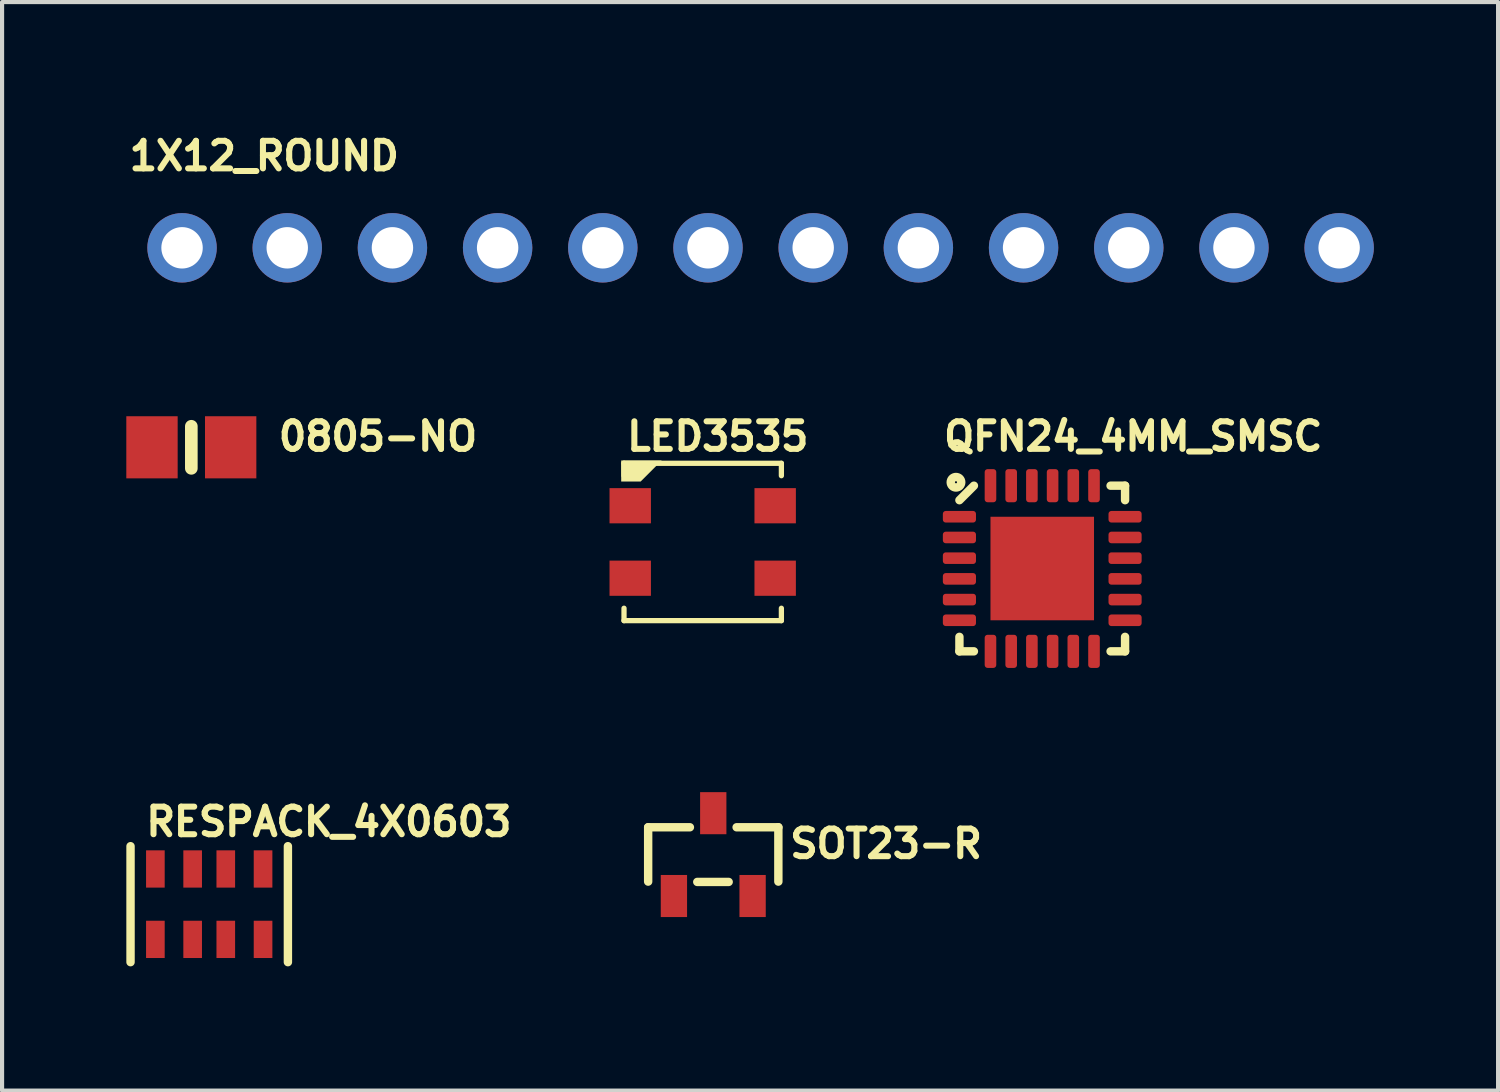
<source format=kicad_pcb>
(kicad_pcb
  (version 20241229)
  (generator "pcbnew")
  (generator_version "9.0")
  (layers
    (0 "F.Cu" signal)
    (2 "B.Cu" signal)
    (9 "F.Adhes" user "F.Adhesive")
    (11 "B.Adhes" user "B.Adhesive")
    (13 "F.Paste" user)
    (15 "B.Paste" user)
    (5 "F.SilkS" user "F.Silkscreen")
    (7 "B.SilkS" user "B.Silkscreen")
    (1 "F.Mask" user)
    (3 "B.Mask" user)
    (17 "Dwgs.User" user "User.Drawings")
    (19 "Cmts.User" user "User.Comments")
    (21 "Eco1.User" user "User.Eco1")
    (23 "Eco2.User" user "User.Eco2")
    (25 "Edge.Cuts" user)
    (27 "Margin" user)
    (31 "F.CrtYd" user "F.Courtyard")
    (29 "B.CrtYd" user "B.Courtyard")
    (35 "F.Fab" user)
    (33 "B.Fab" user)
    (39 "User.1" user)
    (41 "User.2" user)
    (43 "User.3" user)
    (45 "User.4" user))
  (footprint "RESPACK_4X0603"
    (layer "F.Cu")
    (at 2.002 18.783)
    (property "Reference" "RESPACK_4X0603" (at -1.6 -1.6 0) (layer "F.SilkS") (effects (font (size 0.666 0.666) (thickness 0.146)) (justify left bottom)))
    (fp_line (start -1.9 1.4) (end -1.9 -1.4) (stroke (width 0.203) (type solid)) (layer "F.SilkS"))
    (fp_line (start 1.9 -1.4) (end 1.9 1.4) (stroke (width 0.203) (type solid)) (layer "F.SilkS"))
    (pad "1" smd rect (at -1.3 0.85) (size 0.45 0.9) (layers "F.Cu" "F.Mask" "F.Paste"))
    (pad "2" smd rect (at -0.4 0.85) (size 0.45 0.9) (layers "F.Cu" "F.Mask" "F.Paste"))
    (pad "3" smd rect (at 0.4 0.85) (size 0.45 0.9) (layers "F.Cu" "F.Mask" "F.Paste"))
    (pad "4" smd rect (at 1.3 0.85) (size 0.45 0.9) (layers "F.Cu" "F.Mask" "F.Paste"))
    (pad "5" smd rect (at 1.3 -0.85) (size 0.45 0.9) (layers "F.Cu" "F.Mask" "F.Paste"))
    (pad "6" smd rect (at 0.4 -0.85) (size 0.45 0.9) (layers "F.Cu" "F.Mask" "F.Paste"))
    (pad "7" smd rect (at -0.4 -0.85) (size 0.45 0.9) (layers "F.Cu" "F.Mask" "F.Paste"))
    (pad "8" smd rect (at -1.3 -0.85) (size 0.45 0.9) (layers "F.Cu" "F.Mask" "F.Paste")))
  (footprint "1X12_ROUND"
    (layer "F.Cu")
    (at 15.316 2.934)
    (property "Reference" "1X12_ROUND" (at -15.316 -1.829 0) (layer "F.SilkS") (effects (font (size 0.666 0.666) (thickness 0.146)) (justify left bottom)))
    (pad "1" thru_hole circle (at -13.97 0 90) (size 1.676 1.676) (drill 1) (layers "*.Cu" "*.Mask"))
    (pad "2" thru_hole circle (at -11.43 0 90) (size 1.676 1.676) (drill 1) (layers "*.Cu" "*.Mask"))
    (pad "3" thru_hole circle (at -8.89 0 90) (size 1.676 1.676) (drill 1) (layers "*.Cu" "*.Mask"))
    (pad "4" thru_hole circle (at -6.35 0 90) (size 1.676 1.676) (drill 1) (layers "*.Cu" "*.Mask"))
    (pad "5" thru_hole circle (at -3.81 0 90) (size 1.676 1.676) (drill 1) (layers "*.Cu" "*.Mask"))
    (pad "6" thru_hole circle (at -1.27 0 90) (size 1.676 1.676) (drill 1) (layers "*.Cu" "*.Mask"))
    (pad "7" thru_hole circle (at 1.27 0 90) (size 1.676 1.676) (drill 1) (layers "*.Cu" "*.Mask"))
    (pad "8" thru_hole circle (at 3.81 0 90) (size 1.676 1.676) (drill 1) (layers "*.Cu" "*.Mask"))
    (pad "9" thru_hole circle (at 6.35 0 90) (size 1.676 1.676) (drill 1) (layers "*.Cu" "*.Mask"))
    (pad "10" thru_hole circle (at 8.89 0 90) (size 1.676 1.676) (drill 1) (layers "*.Cu" "*.Mask"))
    (pad "11" thru_hole circle (at 11.43 0 90) (size 1.676 1.676) (drill 1) (layers "*.Cu" "*.Mask"))
    (pad "12" thru_hole circle (at 13.97 0 90) (size 1.676 1.676) (drill 1) (layers "*.Cu" "*.Mask")))
  (footprint "SOT23-R"
    (layer "F.Cu")
    (at 14.173 17.586)
    (property "Reference" "SOT23-R" (at 1.778 0.127 0) (layer "F.SilkS") (effects (font (size 0.666 0.666) (thickness 0.146)) (justify left bottom)))
    (fp_line (start -1.572 -0.66) (end -0.564 -0.66) (stroke (width 0.203) (type solid)) (layer "F.SilkS"))
    (fp_line (start -1.572 0.652) (end -1.572 -0.66) (stroke (width 0.203) (type solid)) (layer "F.SilkS"))
    (fp_line (start 0.372 0.66) (end -0.386 0.66) (stroke (width 0.203) (type solid)) (layer "F.SilkS"))
    (fp_line (start 0.564 -0.66) (end 1.572 -0.66) (stroke (width 0.203) (type solid)) (layer "F.SilkS"))
    (fp_line (start 1.572 -0.66) (end 1.572 0.652) (stroke (width 0.203) (type solid)) (layer "F.SilkS"))
    (pad "1" smd rect (at -0.95 1) (size 0.635 1.016) (layers "F.Cu" "F.Mask" "F.Paste"))
    (pad "2" smd rect (at 0.95 1) (size 0.635 1.016) (layers "F.Cu" "F.Mask" "F.Paste"))
    (pad "3" smd rect (at 0 -1) (size 0.635 1.016) (layers "F.Cu" "F.Mask" "F.Paste")))
  (footprint "0805-NO"
    (layer "F.Cu")
    (at 1.57 7.751)
    (property "Reference" "0805-NO" (at 2.032 0.127 0) (layer "F.SilkS") (effects (font (size 0.666 0.666) (thickness 0.146)) (justify left bottom)))
    (fp_line (start 0 -0.508) (end 0 0.508) (stroke (width 0.305) (type solid)) (layer "F.SilkS"))
    (pad "1" smd rect (at -0.95 0) (size 1.24 1.5) (layers "F.Cu" "F.Mask" "F.Paste"))
    (pad "2" smd rect (at 0.95 0) (size 1.24 1.5) (layers "F.Cu" "F.Mask" "F.Paste")))
  (footprint "LED3535"
    (layer "F.Cu")
    (at 13.918 10.037)
    (property "Reference" "LED3535" (at -1.905 -2.159 0) (layer "F.SilkS") (effects (font (size 0.666 0.666) (thickness 0.146)) (justify left bottom)))
    (fp_line (start -1.9 -1.9) (end 1.9 -1.9) (stroke (width 0.127) (type solid)) (layer "F.SilkS"))
    (fp_line (start -1.9 -1.6) (end -1.9 -1.9) (stroke (width 0.127) (type solid)) (layer "F.SilkS"))
    (fp_line (start -1.9 1.6) (end -1.9 1.9) (stroke (width 0.127) (type solid)) (layer "F.SilkS"))
    (fp_line (start -1.9 1.9) (end 1.9 1.9) (stroke (width 0.127) (type solid)) (layer "F.SilkS"))
    (fp_line (start 1.9 -1.9) (end 1.9 -1.6) (stroke (width 0.127) (type solid)) (layer "F.SilkS"))
    (fp_line (start 1.9 1.9) (end 1.9 1.6) (stroke (width 0.127) (type solid)) (layer "F.SilkS"))
    (fp_poly (pts (xy -1.498 -1.46) (xy -1.968 -1.46) (xy -1.968 -1.968) (xy -0.99 -1.968)) (stroke (width 0) (type solid)) (fill yes) (layer "F.SilkS"))
    (pad "1" smd rect (at -1.75 -0.875 90) (size 0.85 1) (layers "F.Cu" "F.Mask" "F.Paste"))
    (pad "2" smd rect (at -1.75 0.875 90) (size 0.85 1) (layers "F.Cu" "F.Mask" "F.Paste"))
    (pad "3" smd rect (at 1.75 0.875 90) (size 0.85 1) (layers "F.Cu" "F.Mask" "F.Paste"))
    (pad "4" smd rect (at 1.75 -0.875 90) (size 0.85 1) (layers "F.Cu" "F.Mask" "F.Paste")))
  (footprint "QFN24_4MM_SMSC"
    (layer "F.Cu")
    (at 22.117 10.678)
    (property "Reference" "QFN24_4MM_SMSC" (at -2.45 -2.8 0) (layer "F.SilkS") (effects (font (size 0.666 0.666) (thickness 0.146)) (justify left bottom)))
    (fp_line (start -2 2) (end -2 1.65) (stroke (width 0.203) (type solid)) (layer "F.SilkS"))
    (fp_line (start -1.65 -2) (end -2 -1.65) (stroke (width 0.203) (type solid)) (layer "F.SilkS"))
    (fp_line (start -1.65 2) (end -2 2) (stroke (width 0.203) (type solid)) (layer "F.SilkS"))
    (fp_line (start 1.65 2) (end 2 2) (stroke (width 0.203) (type solid)) (layer "F.SilkS"))
    (fp_line (start 2 -2) (end 1.65 -2) (stroke (width 0.203) (type solid)) (layer "F.SilkS"))
    (fp_line (start 2 -1.65) (end 2 -2) (stroke (width 0.203) (type solid)) (layer "F.SilkS"))
    (fp_line (start 2 1.65) (end 2 2) (stroke (width 0.203) (type solid)) (layer "F.SilkS"))
    (fp_circle (center -2.083 -2.083) (end -1.956 -2.083) (stroke (width 0.203) (type solid)) (fill no) (layer "F.SilkS"))
    (pad "1" smd roundrect (at -2 -1.25 180) (size 0.8 0.28) (layers "F.Cu" "F.Mask" "F.Paste") (roundrect_rratio 0.25))
    (pad "2" smd roundrect (at -2 -0.75 180) (size 0.8 0.28) (layers "F.Cu" "F.Mask" "F.Paste") (roundrect_rratio 0.25))
    (pad "3" smd roundrect (at -2 -0.25 180) (size 0.8 0.28) (layers "F.Cu" "F.Mask" "F.Paste") (roundrect_rratio 0.25))
    (pad "4" smd roundrect (at -2 0.25 180) (size 0.8 0.28) (layers "F.Cu" "F.Mask" "F.Paste") (roundrect_rratio 0.25))
    (pad "5" smd roundrect (at -2 0.75 180) (size 0.8 0.28) (layers "F.Cu" "F.Mask" "F.Paste") (roundrect_rratio 0.25))
    (pad "6" smd roundrect (at -2 1.25 180) (size 0.8 0.28) (layers "F.Cu" "F.Mask" "F.Paste") (roundrect_rratio 0.25))
    (pad "7" smd roundrect (at -1.25 2 90) (size 0.8 0.28) (layers "F.Cu" "F.Mask" "F.Paste") (roundrect_rratio 0.25))
    (pad "8" smd roundrect (at -0.75 2 90) (size 0.8 0.28) (layers "F.Cu" "F.Mask" "F.Paste") (roundrect_rratio 0.25))
    (pad "9" smd roundrect (at -0.25 2 90) (size 0.8 0.28) (layers "F.Cu" "F.Mask" "F.Paste") (roundrect_rratio 0.25))
    (pad "10" smd roundrect (at 0.25 2 90) (size 0.8 0.28) (layers "F.Cu" "F.Mask" "F.Paste") (roundrect_rratio 0.25))
    (pad "11" smd roundrect (at 0.75 2 90) (size 0.8 0.28) (layers "F.Cu" "F.Mask" "F.Paste") (roundrect_rratio 0.25))
    (pad "12" smd roundrect (at 1.25 2 90) (size 0.8 0.28) (layers "F.Cu" "F.Mask" "F.Paste") (roundrect_rratio 0.25))
    (pad "13" smd roundrect (at 2 1.25) (size 0.8 0.28) (layers "F.Cu" "F.Mask" "F.Paste") (roundrect_rratio 0.25))
    (pad "14" smd roundrect (at 2 0.75) (size 0.8 0.28) (layers "F.Cu" "F.Mask" "F.Paste") (roundrect_rratio 0.25))
    (pad "15" smd roundrect (at 2 0.25) (size 0.8 0.28) (layers "F.Cu" "F.Mask" "F.Paste") (roundrect_rratio 0.25))
    (pad "16" smd roundrect (at 2 -0.25) (size 0.8 0.28) (layers "F.Cu" "F.Mask" "F.Paste") (roundrect_rratio 0.25))
    (pad "17" smd roundrect (at 2 -0.75) (size 0.8 0.28) (layers "F.Cu" "F.Mask" "F.Paste") (roundrect_rratio 0.25))
    (pad "18" smd roundrect (at 2 -1.25) (size 0.8 0.28) (layers "F.Cu" "F.Mask" "F.Paste") (roundrect_rratio 0.25))
    (pad "19" smd roundrect (at 1.25 -2 270) (size 0.8 0.28) (layers "F.Cu" "F.Mask" "F.Paste") (roundrect_rratio 0.25))
    (pad "20" smd roundrect (at 0.75 -2 270) (size 0.8 0.28) (layers "F.Cu" "F.Mask" "F.Paste") (roundrect_rratio 0.25))
    (pad "21" smd roundrect (at 0.25 -2 270) (size 0.8 0.28) (layers "F.Cu" "F.Mask" "F.Paste") (roundrect_rratio 0.25))
    (pad "22" smd roundrect (at -0.25 -2 270) (size 0.8 0.28) (layers "F.Cu" "F.Mask" "F.Paste") (roundrect_rratio 0.25))
    (pad "23" smd roundrect (at -0.75 -2 270) (size 0.8 0.28) (layers "F.Cu" "F.Mask" "F.Paste") (roundrect_rratio 0.25))
    (pad "24" smd roundrect (at -1.25 -2 270) (size 0.8 0.28) (layers "F.Cu" "F.Mask" "F.Paste") (roundrect_rratio 0.25))
    (pad "THERM" smd rect (at 0 0) (size 2.5 2.5) (layers "F.Cu" "F.Mask")))
  (gr_rect
    (start -3 -3)
    (end 33.124 23.285)
    (stroke (width 0.1) (type default))
    (fill no)
    (layer "Edge.Cuts")))
</source>
